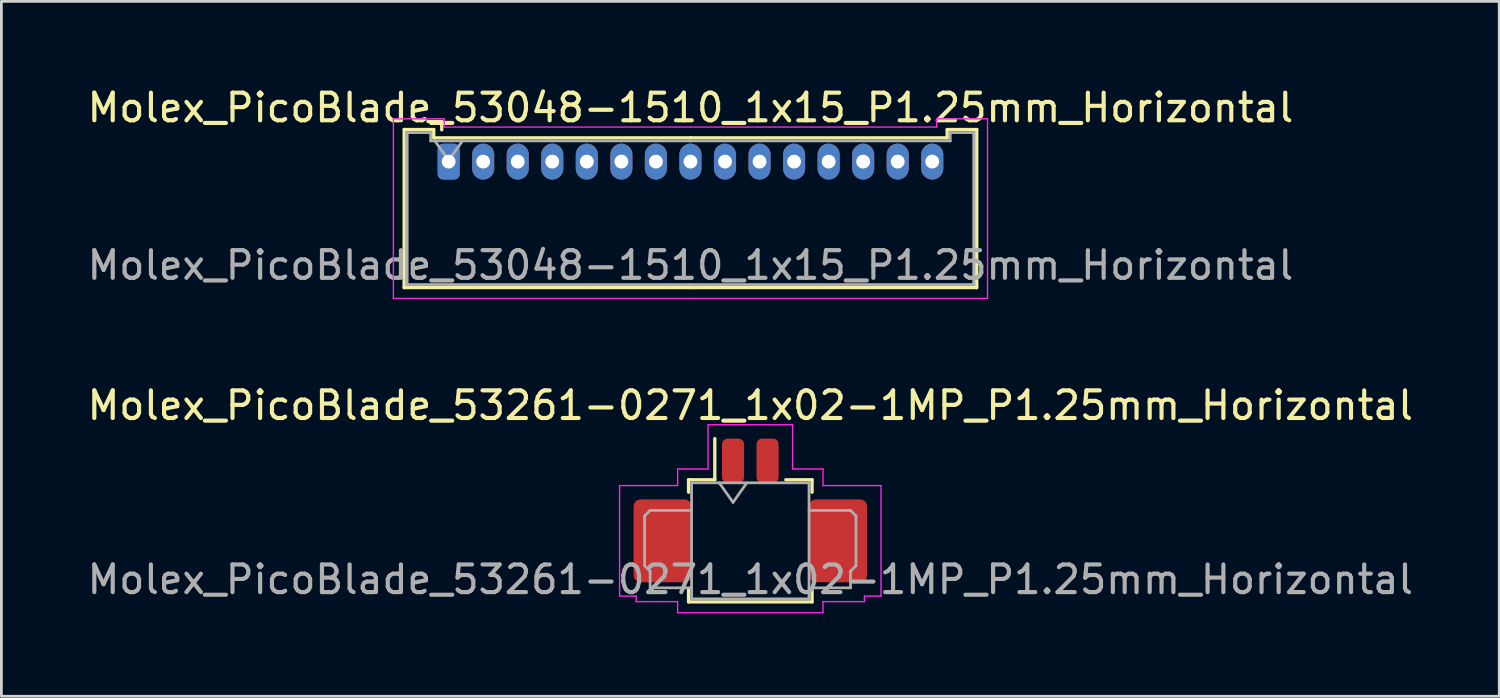
<source format=kicad_pcb>
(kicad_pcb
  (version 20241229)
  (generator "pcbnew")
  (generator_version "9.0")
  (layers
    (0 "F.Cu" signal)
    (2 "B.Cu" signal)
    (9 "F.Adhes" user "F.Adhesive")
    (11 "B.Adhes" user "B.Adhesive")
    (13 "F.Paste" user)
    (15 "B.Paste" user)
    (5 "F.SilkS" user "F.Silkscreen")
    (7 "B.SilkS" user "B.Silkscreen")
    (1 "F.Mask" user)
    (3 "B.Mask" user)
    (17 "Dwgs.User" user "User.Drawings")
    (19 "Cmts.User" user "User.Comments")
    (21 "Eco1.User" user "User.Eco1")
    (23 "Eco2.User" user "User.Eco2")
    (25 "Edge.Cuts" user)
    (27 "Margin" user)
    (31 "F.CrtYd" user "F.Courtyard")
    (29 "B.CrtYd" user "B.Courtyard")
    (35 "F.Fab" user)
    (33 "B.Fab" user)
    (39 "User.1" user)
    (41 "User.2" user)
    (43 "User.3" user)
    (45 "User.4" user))
  (footprint "Molex_PicoBlade_53261-0271_1x02-1MP_P1.25mm_Horizontal"
    (layer "F.Cu")
    (at 24.101 16.021)
    (property "Reference" "Molex_PicoBlade_53261-0271_1x02-1MP_P1.25mm_Horizontal" (at 0 -4.4 0) (layer "F.SilkS") (effects (font (size 1 1) (thickness 0.15))))
    (attr smd)
    (fp_line (start -2.235 -1.71) (end -1.285 -1.71) (stroke (width 0.12) (type solid)) (layer "F.SilkS"))
    (fp_line (start -2.235 -1.26) (end -2.235 -1.71) (stroke (width 0.12) (type solid)) (layer "F.SilkS"))
    (fp_line (start -2.235 2.26) (end -2.235 2.71) (stroke (width 0.12) (type solid)) (layer "F.SilkS"))
    (fp_line (start -2.235 2.71) (end 2.235 2.71) (stroke (width 0.12) (type solid)) (layer "F.SilkS"))
    (fp_line (start -1.285 -1.71) (end -1.285 -3.2) (stroke (width 0.12) (type solid)) (layer "F.SilkS"))
    (fp_line (start 2.235 -1.71) (end 1.285 -1.71) (stroke (width 0.12) (type solid)) (layer "F.SilkS"))
    (fp_line (start 2.235 -1.26) (end 2.235 -1.71) (stroke (width 0.12) (type solid)) (layer "F.SilkS"))
    (fp_line (start 2.235 2.71) (end 2.235 2.26) (stroke (width 0.12) (type solid)) (layer "F.SilkS"))
    (fp_line (start -4.73 -1.5) (end -2.63 -1.5) (stroke (width 0.05) (type solid)) (layer "F.CrtYd"))
    (fp_line (start -4.73 2.5) (end -4.73 -1.5) (stroke (width 0.05) (type solid)) (layer "F.CrtYd"))
    (fp_line (start -4.13 2.5) (end -4.73 2.5) (stroke (width 0.05) (type solid)) (layer "F.CrtYd"))
    (fp_line (start -4.13 2.7) (end -4.13 2.5) (stroke (width 0.05) (type solid)) (layer "F.CrtYd"))
    (fp_line (start -2.63 -2.1) (end -1.53 -2.1) (stroke (width 0.05) (type solid)) (layer "F.CrtYd"))
    (fp_line (start -2.63 -1.5) (end -2.63 -2.1) (stroke (width 0.05) (type solid)) (layer "F.CrtYd"))
    (fp_line (start -2.63 2.7) (end -4.13 2.7) (stroke (width 0.05) (type solid)) (layer "F.CrtYd"))
    (fp_line (start -2.63 3.1) (end -2.63 2.7) (stroke (width 0.05) (type solid)) (layer "F.CrtYd"))
    (fp_line (start -1.53 -3.7) (end 1.53 -3.7) (stroke (width 0.05) (type solid)) (layer "F.CrtYd"))
    (fp_line (start -1.53 -2.1) (end -1.53 -3.7) (stroke (width 0.05) (type solid)) (layer "F.CrtYd"))
    (fp_line (start 1.53 -3.7) (end 1.53 -2.1) (stroke (width 0.05) (type solid)) (layer "F.CrtYd"))
    (fp_line (start 1.53 -2.1) (end 2.63 -2.1) (stroke (width 0.05) (type solid)) (layer "F.CrtYd"))
    (fp_line (start 2.63 -2.1) (end 2.63 -1.5) (stroke (width 0.05) (type solid)) (layer "F.CrtYd"))
    (fp_line (start 2.63 -1.5) (end 4.73 -1.5) (stroke (width 0.05) (type solid)) (layer "F.CrtYd"))
    (fp_line (start 2.63 2.7) (end 2.63 3.1) (stroke (width 0.05) (type solid)) (layer "F.CrtYd"))
    (fp_line (start 2.63 3.1) (end -2.63 3.1) (stroke (width 0.05) (type solid)) (layer "F.CrtYd"))
    (fp_line (start 4.13 2.5) (end 4.13 2.7) (stroke (width 0.05) (type solid)) (layer "F.CrtYd"))
    (fp_line (start 4.13 2.7) (end 2.63 2.7) (stroke (width 0.05) (type solid)) (layer "F.CrtYd"))
    (fp_line (start 4.73 -1.5) (end 4.73 2.5) (stroke (width 0.05) (type solid)) (layer "F.CrtYd"))
    (fp_line (start 4.73 2.5) (end 4.13 2.5) (stroke (width 0.05) (type solid)) (layer "F.CrtYd"))
    (fp_line (start -3.825 -0.4) (end -3.825 1.4) (stroke (width 0.1) (type solid)) (layer "F.Fab"))
    (fp_line (start -3.825 1.4) (end -3.625 1.6) (stroke (width 0.1) (type solid)) (layer "F.Fab"))
    (fp_line (start -3.625 -0.6) (end -3.825 -0.4) (stroke (width 0.1) (type solid)) (layer "F.Fab"))
    (fp_line (start -3.625 1.6) (end -3.625 2.2) (stroke (width 0.1) (type solid)) (layer "F.Fab"))
    (fp_line (start -3.625 2.2) (end -2.125 2.2) (stroke (width 0.1) (type solid)) (layer "F.Fab"))
    (fp_line (start -2.125 -1.6) (end -2.125 2.6) (stroke (width 0.1) (type solid)) (layer "F.Fab"))
    (fp_line (start -2.125 -1.6) (end 2.125 -1.6) (stroke (width 0.1) (type solid)) (layer "F.Fab"))
    (fp_line (start -2.125 -0.6) (end -3.625 -0.6) (stroke (width 0.1) (type solid)) (layer "F.Fab"))
    (fp_line (start -2.125 2.6) (end 2.125 2.6) (stroke (width 0.1) (type solid)) (layer "F.Fab"))
    (fp_line (start -1.125 -1.6) (end -0.625 -0.893) (stroke (width 0.1) (type solid)) (layer "F.Fab"))
    (fp_line (start -0.625 -0.893) (end -0.125 -1.6) (stroke (width 0.1) (type solid)) (layer "F.Fab"))
    (fp_line (start 2.125 -1.6) (end 2.125 2.6) (stroke (width 0.1) (type solid)) (layer "F.Fab"))
    (fp_line (start 2.125 -0.6) (end 3.625 -0.6) (stroke (width 0.1) (type solid)) (layer "F.Fab"))
    (fp_line (start 3.625 -0.6) (end 3.825 -0.4) (stroke (width 0.1) (type solid)) (layer "F.Fab"))
    (fp_line (start 3.625 1.6) (end 3.625 2.2) (stroke (width 0.1) (type solid)) (layer "F.Fab"))
    (fp_line (start 3.625 2.2) (end 2.125 2.2) (stroke (width 0.1) (type solid)) (layer "F.Fab"))
    (fp_line (start 3.825 -0.4) (end 3.825 1.4) (stroke (width 0.1) (type solid)) (layer "F.Fab"))
    (fp_line (start 3.825 1.4) (end 3.625 1.6) (stroke (width 0.1) (type solid)) (layer "F.Fab"))
    (fp_text user "${REFERENCE}" (at 0 1.9 0) (layer "F.Fab") (effects (font (size 1 1) (thickness 0.15))))
    (pad "1" smd roundrect (at -0.625 -2.4) (size 0.8 1.6) (layers "F.Cu" "F.Mask" "F.Paste") (roundrect_rratio 0.25))
    (pad "2" smd roundrect (at 0.625 -2.4) (size 0.8 1.6) (layers "F.Cu" "F.Mask" "F.Paste") (roundrect_rratio 0.25))
    (pad "MP" smd roundrect (at -3.175 0.5) (size 2.1 3) (layers "F.Cu" "F.Mask" "F.Paste") (roundrect_rratio 0.119))
    (pad "MP" smd roundrect (at 3.175 0.5) (size 2.1 3) (layers "F.Cu" "F.Mask" "F.Paste") (roundrect_rratio 0.119)))
  (footprint "Molex_PicoBlade_53048-1510_1x15_P1.25mm_Horizontal"
    (layer "F.Cu")
    (at 13.185 2.798)
    (property "Reference" "Molex_PicoBlade_53048-1510_1x15_P1.25mm_Horizontal" (at 8.75 -1.95 0) (layer "F.SilkS") (effects (font (size 1 1) (thickness 0.15))))
    (attr through_hole)
    (fp_line (start -1.61 -1.16) (end -1.61 4.56) (stroke (width 0.12) (type solid)) (layer "F.SilkS"))
    (fp_line (start -1.61 4.56) (end 8.75 4.56) (stroke (width 0.12) (type solid)) (layer "F.SilkS"))
    (fp_line (start -0.54 -1.16) (end -1.61 -1.16) (stroke (width 0.12) (type solid)) (layer "F.SilkS"))
    (fp_line (start -0.54 -0.86) (end -0.54 -1.16) (stroke (width 0.12) (type solid)) (layer "F.SilkS"))
    (fp_line (start -0.25 -1.45) (end -0.75 -1.45) (stroke (width 0.12) (type solid)) (layer "F.SilkS"))
    (fp_line (start -0.25 -1.15) (end -0.25 -1.45) (stroke (width 0.12) (type solid)) (layer "F.SilkS"))
    (fp_line (start 8.75 -0.86) (end -0.54 -0.86) (stroke (width 0.12) (type solid)) (layer "F.SilkS"))
    (fp_line (start 8.75 -0.86) (end 18.04 -0.86) (stroke (width 0.12) (type solid)) (layer "F.SilkS"))
    (fp_line (start 18.04 -1.16) (end 19.11 -1.16) (stroke (width 0.12) (type solid)) (layer "F.SilkS"))
    (fp_line (start 18.04 -0.86) (end 18.04 -1.16) (stroke (width 0.12) (type solid)) (layer "F.SilkS"))
    (fp_line (start 19.11 -1.16) (end 19.11 4.56) (stroke (width 0.12) (type solid)) (layer "F.SilkS"))
    (fp_line (start 19.11 4.56) (end 8.75 4.56) (stroke (width 0.12) (type solid)) (layer "F.SilkS"))
    (fp_line (start -2 -1.55) (end -2 4.95) (stroke (width 0.05) (type solid)) (layer "F.CrtYd"))
    (fp_line (start -2 4.95) (end 8.75 4.95) (stroke (width 0.05) (type solid)) (layer "F.CrtYd"))
    (fp_line (start -0.16 -1.55) (end -2 -1.55) (stroke (width 0.05) (type solid)) (layer "F.CrtYd"))
    (fp_line (start -0.16 -1.25) (end -0.16 -1.55) (stroke (width 0.05) (type solid)) (layer "F.CrtYd"))
    (fp_line (start 8.75 -1.25) (end -0.16 -1.25) (stroke (width 0.05) (type solid)) (layer "F.CrtYd"))
    (fp_line (start 8.75 -1.25) (end 17.66 -1.25) (stroke (width 0.05) (type solid)) (layer "F.CrtYd"))
    (fp_line (start 17.66 -1.55) (end 19.5 -1.55) (stroke (width 0.05) (type solid)) (layer "F.CrtYd"))
    (fp_line (start 17.66 -1.25) (end 17.66 -1.55) (stroke (width 0.05) (type solid)) (layer "F.CrtYd"))
    (fp_line (start 19.5 -1.55) (end 19.5 4.95) (stroke (width 0.05) (type solid)) (layer "F.CrtYd"))
    (fp_line (start 19.5 4.95) (end 8.75 4.95) (stroke (width 0.05) (type solid)) (layer "F.CrtYd"))
    (fp_line (start -1.5 -1.05) (end -1.5 4.45) (stroke (width 0.1) (type solid)) (layer "F.Fab"))
    (fp_line (start -1.5 4.45) (end 8.75 4.45) (stroke (width 0.1) (type solid)) (layer "F.Fab"))
    (fp_line (start -0.65 -1.05) (end -1.5 -1.05) (stroke (width 0.1) (type solid)) (layer "F.Fab"))
    (fp_line (start -0.65 -0.75) (end -0.65 -1.05) (stroke (width 0.1) (type solid)) (layer "F.Fab"))
    (fp_line (start -0.5 -0.75) (end 0 -0.043) (stroke (width 0.1) (type solid)) (layer "F.Fab"))
    (fp_line (start 0 -0.043) (end 0.5 -0.75) (stroke (width 0.1) (type solid)) (layer "F.Fab"))
    (fp_line (start 8.75 -0.75) (end -0.65 -0.75) (stroke (width 0.1) (type solid)) (layer "F.Fab"))
    (fp_line (start 8.75 -0.75) (end 18.15 -0.75) (stroke (width 0.1) (type solid)) (layer "F.Fab"))
    (fp_line (start 18.15 -1.05) (end 19 -1.05) (stroke (width 0.1) (type solid)) (layer "F.Fab"))
    (fp_line (start 18.15 -0.75) (end 18.15 -1.05) (stroke (width 0.1) (type solid)) (layer "F.Fab"))
    (fp_line (start 19 -1.05) (end 19 4.45) (stroke (width 0.1) (type solid)) (layer "F.Fab"))
    (fp_line (start 19 4.45) (end 8.75 4.45) (stroke (width 0.1) (type solid)) (layer "F.Fab"))
    (fp_text user "${REFERENCE}" (at 8.75 3.75 0) (layer "F.Fab") (effects (font (size 1 1) (thickness 0.15))))
    (pad "1" thru_hole roundrect (at 0 0) (size 0.8 1.3) (drill 0.5) (layers "*.Cu" "*.Mask") (roundrect_rratio 0.25))
    (pad "2" thru_hole oval (at 1.25 0) (size 0.8 1.3) (drill 0.5) (layers "*.Cu" "*.Mask"))
    (pad "3" thru_hole oval (at 2.5 0) (size 0.8 1.3) (drill 0.5) (layers "*.Cu" "*.Mask"))
    (pad "4" thru_hole oval (at 3.75 0) (size 0.8 1.3) (drill 0.5) (layers "*.Cu" "*.Mask"))
    (pad "5" thru_hole oval (at 5 0) (size 0.8 1.3) (drill 0.5) (layers "*.Cu" "*.Mask"))
    (pad "6" thru_hole oval (at 6.25 0) (size 0.8 1.3) (drill 0.5) (layers "*.Cu" "*.Mask"))
    (pad "7" thru_hole oval (at 7.5 0) (size 0.8 1.3) (drill 0.5) (layers "*.Cu" "*.Mask"))
    (pad "8" thru_hole oval (at 8.75 0) (size 0.8 1.3) (drill 0.5) (layers "*.Cu" "*.Mask"))
    (pad "9" thru_hole oval (at 10 0) (size 0.8 1.3) (drill 0.5) (layers "*.Cu" "*.Mask"))
    (pad "10" thru_hole oval (at 11.25 0) (size 0.8 1.3) (drill 0.5) (layers "*.Cu" "*.Mask"))
    (pad "11" thru_hole oval (at 12.5 0) (size 0.8 1.3) (drill 0.5) (layers "*.Cu" "*.Mask"))
    (pad "12" thru_hole oval (at 13.75 0) (size 0.8 1.3) (drill 0.5) (layers "*.Cu" "*.Mask"))
    (pad "13" thru_hole oval (at 15 0) (size 0.8 1.3) (drill 0.5) (layers "*.Cu" "*.Mask"))
    (pad "14" thru_hole oval (at 16.25 0) (size 0.8 1.3) (drill 0.5) (layers "*.Cu" "*.Mask"))
    (pad "15" thru_hole oval (at 17.5 0) (size 0.8 1.3) (drill 0.5) (layers "*.Cu" "*.Mask")))
  (gr_rect
    (start -3 -3)
    (end 51.202 22.146)
    (stroke (width 0.1) (type default))
    (fill no)
    (layer "Edge.Cuts")))
</source>
